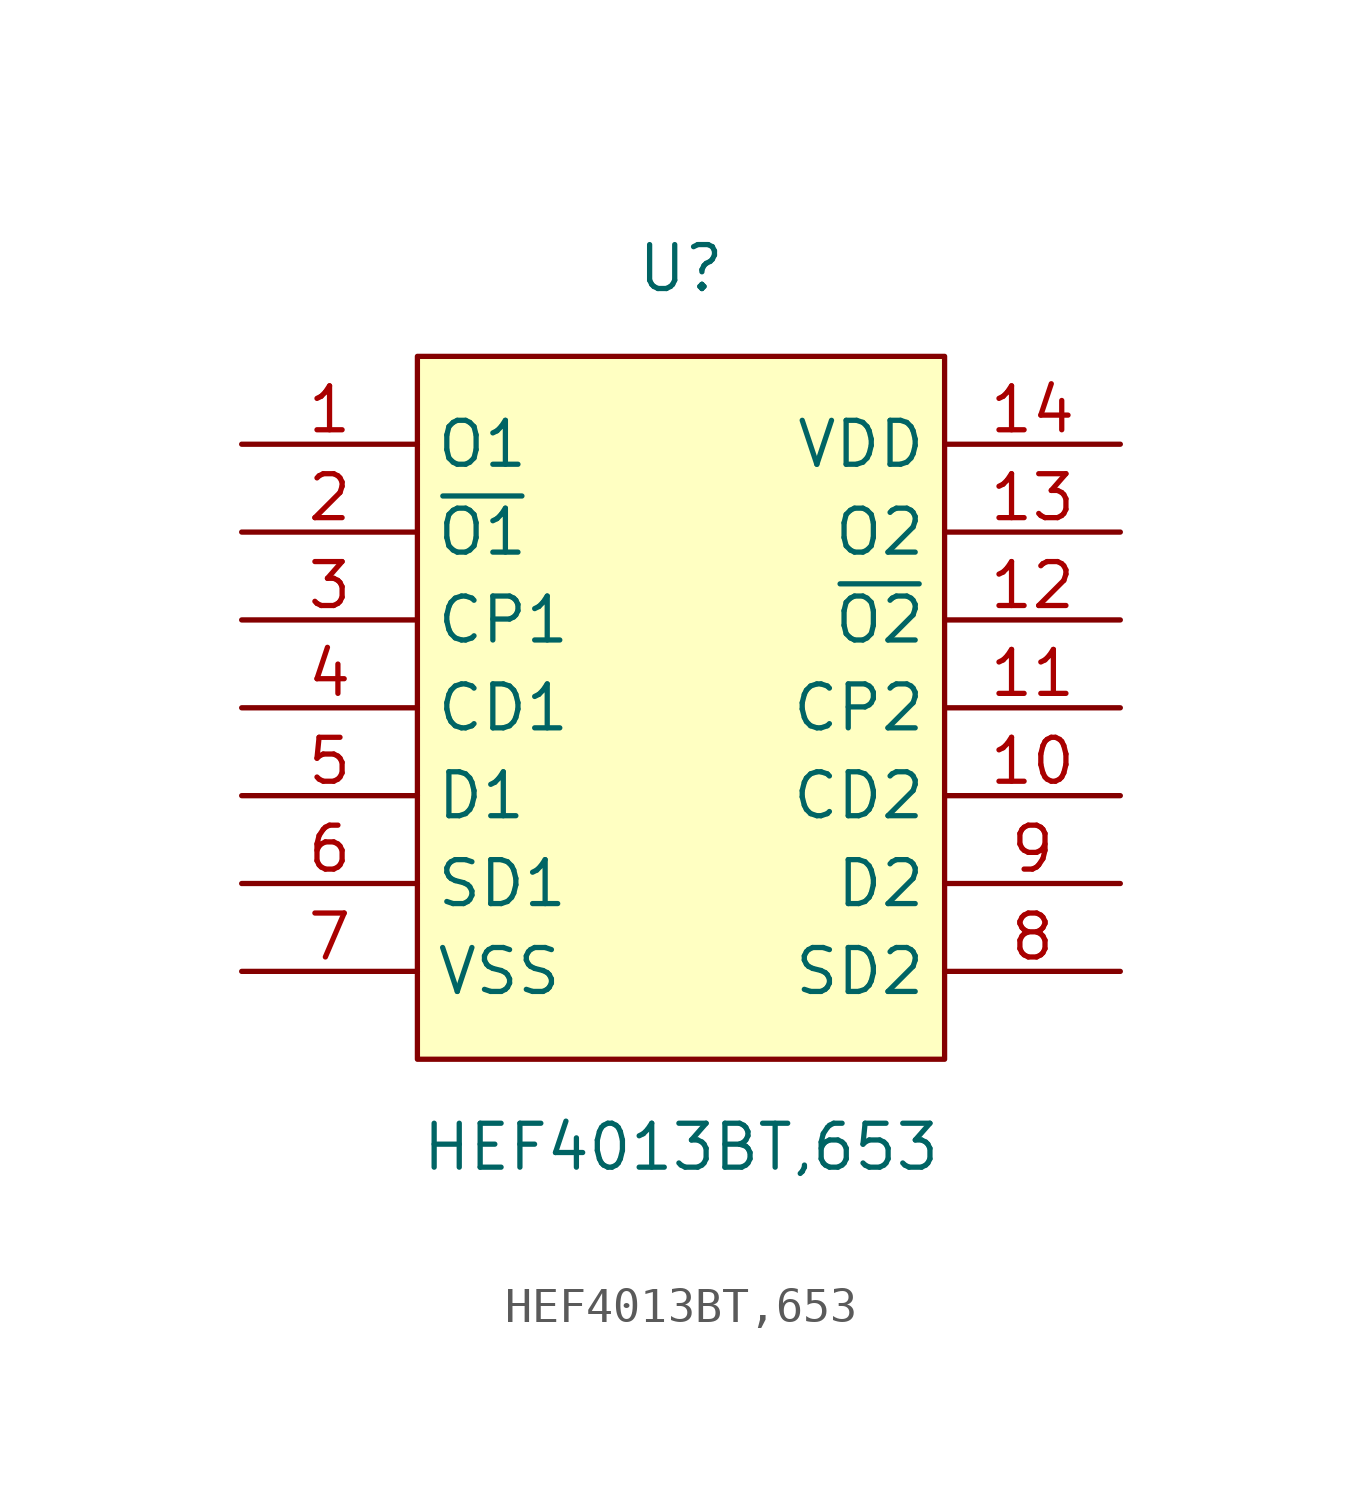
<source format=kicad_sym>
(kicad_symbol_lib
  (version 20211014)
  (generator https://github.com/uPesy/easyeda2kicad.py)
  (symbol "HEF4013BT,653"
    (property "Reference" "U"
      (at 0 12.70 0)
      (effects (font (size 1.27 1.27))))
    (property "Value" "HEF4013BT,653"
      (at 0 -12.70 0)
      (effects (font (size 1.27 1.27))))
    (symbol "HEF4013BT,653_0_1"
      (rectangle (start -7.62 10.16) (end 7.62 -10.16) (stroke (width 0) (type default) (color 0 0 0 0)) (fill (type background)))
      (pin unspecified line (at -12.70 7.62 0) (length 5.08) (name "O1" (effects (font (size 1.27 1.27)))) (number "1" (effects (font (size 1.27 1.27)))))
      (pin unspecified line (at -12.70 5.08 0) (length 5.08) (name "~{O1}" (effects (font (size 1.27 1.27)))) (number "2" (effects (font (size 1.27 1.27)))))
      (pin unspecified line (at -12.70 2.54 0) (length 5.08) (name "CP1" (effects (font (size 1.27 1.27)))) (number "3" (effects (font (size 1.27 1.27)))))
      (pin unspecified line (at -12.70 -0.00 0) (length 5.08) (name "CD1" (effects (font (size 1.27 1.27)))) (number "4" (effects (font (size 1.27 1.27)))))
      (pin unspecified line (at -12.70 -2.54 0) (length 5.08) (name "D1" (effects (font (size 1.27 1.27)))) (number "5" (effects (font (size 1.27 1.27)))))
      (pin unspecified line (at -12.70 -5.08 0) (length 5.08) (name "SD1" (effects (font (size 1.27 1.27)))) (number "6" (effects (font (size 1.27 1.27)))))
      (pin unspecified line (at -12.70 -7.62 0) (length 5.08) (name "VSS" (effects (font (size 1.27 1.27)))) (number "7" (effects (font (size 1.27 1.27)))))
      (pin unspecified line (at 12.70 -7.62 180) (length 5.08) (name "SD2" (effects (font (size 1.27 1.27)))) (number "8" (effects (font (size 1.27 1.27)))))
      (pin unspecified line (at 12.70 -5.08 180) (length 5.08) (name "D2" (effects (font (size 1.27 1.27)))) (number "9" (effects (font (size 1.27 1.27)))))
      (pin unspecified line (at 12.70 -2.54 180) (length 5.08) (name "CD2" (effects (font (size 1.27 1.27)))) (number "10" (effects (font (size 1.27 1.27)))))
      (pin unspecified line (at 12.70 -0.00 180) (length 5.08) (name "CP2" (effects (font (size 1.27 1.27)))) (number "11" (effects (font (size 1.27 1.27)))))
      (pin unspecified line (at 12.70 2.54 180) (length 5.08) (name "~{O2}" (effects (font (size 1.27 1.27)))) (number "12" (effects (font (size 1.27 1.27)))))
      (pin unspecified line (at 12.70 5.08 180) (length 5.08) (name "O2" (effects (font (size 1.27 1.27)))) (number "13" (effects (font (size 1.27 1.27)))))
      (pin unspecified line (at 12.70 7.62 180) (length 5.08) (name "VDD" (effects (font (size 1.27 1.27)))) (number "14" (effects (font (size 1.27 1.27))))))))
</source>
